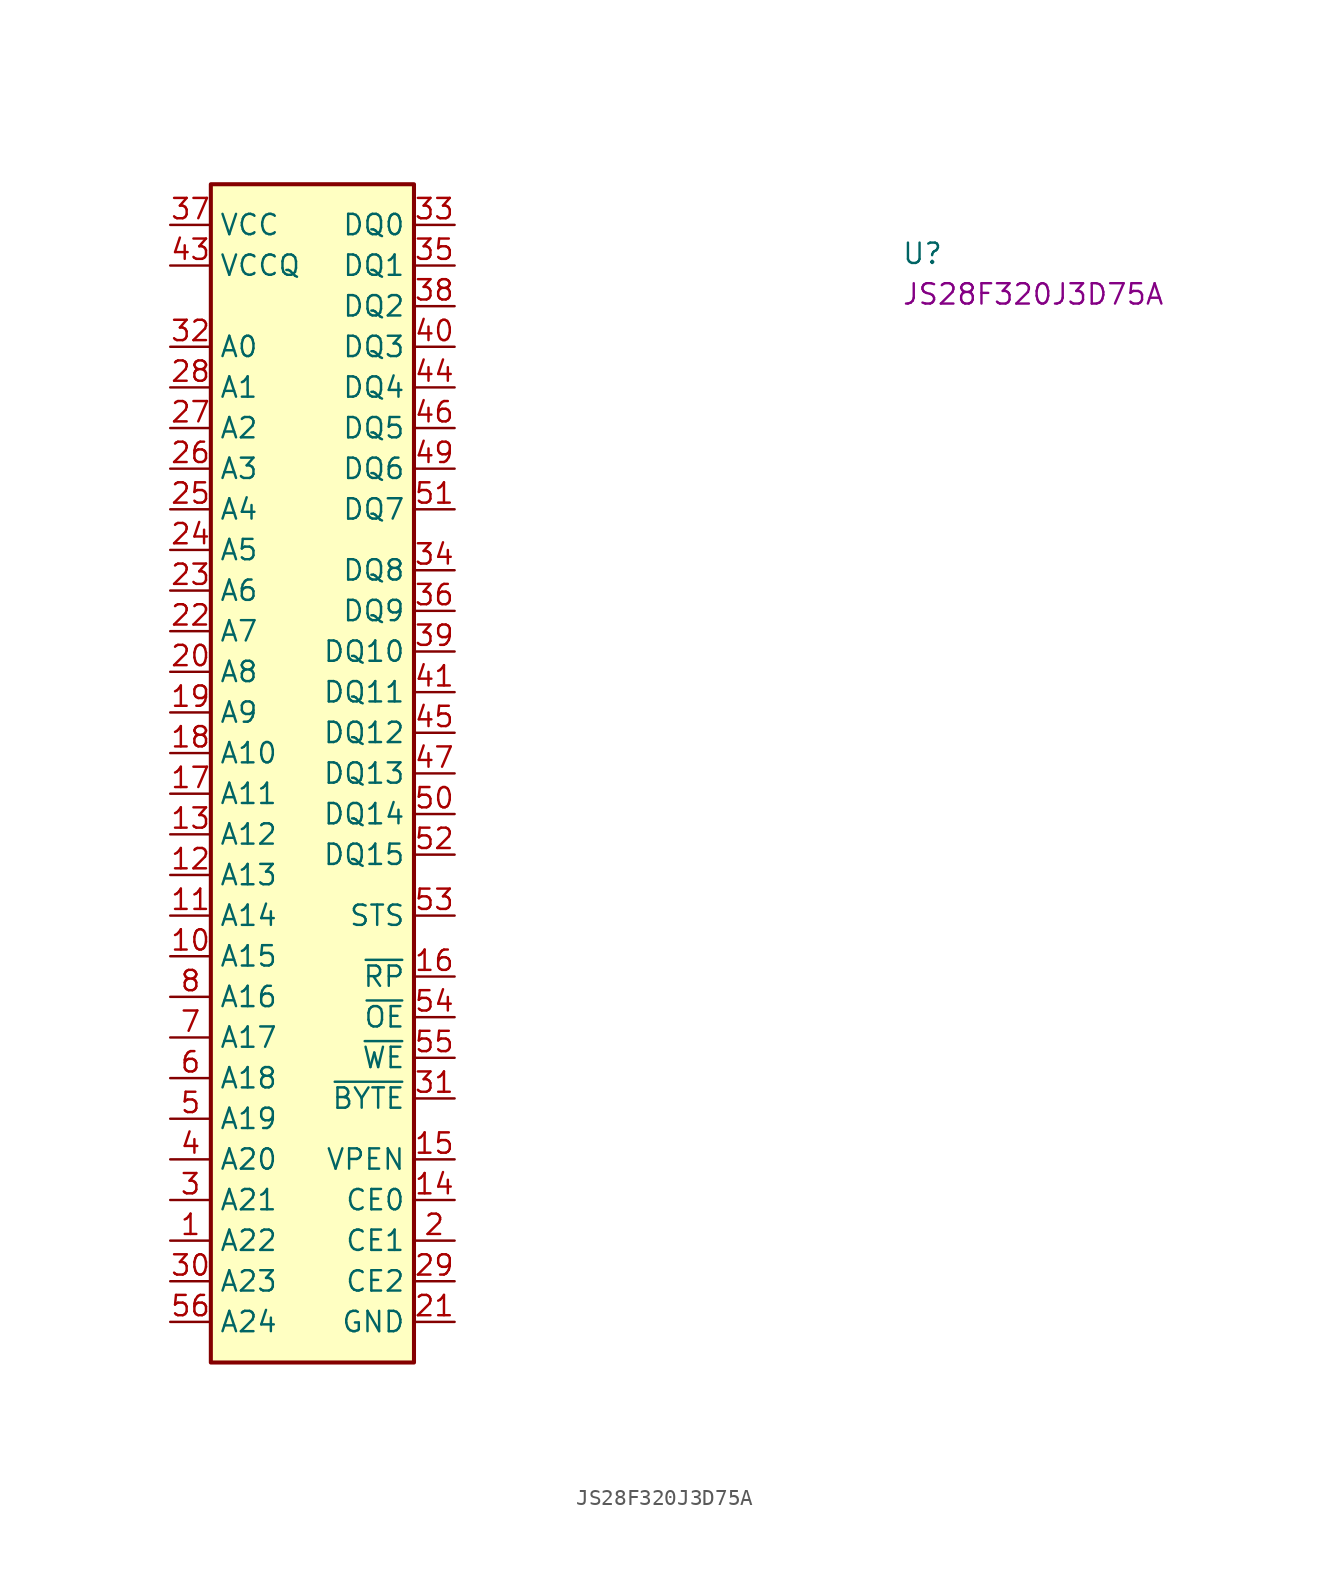
<source format=kicad_sym>
(kicad_symbol_lib
  (version 20220914)
  (generator kicad_symbol_editor)
  (symbol "JS28F320J3D75A"
    (property "Reference" "U"
      (at 45.72 -2.54 0)
      (effects (font (size 1.27 1.27) (thickness 0.15)) (justify left bottom)))
    (property "MPN" "JS28F320J3D75A"
      (at 45.72 -5.08 0)
      (effects (font (size 1.27 1.27) (thickness 0.15)) (justify left bottom)))
    (symbol "JS28F320J3D75A_1_1"
      (rectangle (start 2.54 2.54) (end 15.24 -71.12) (stroke (width 0.254) (type default)) (fill (type background)))
      (pin input line (at 0 -63.5 0) (length 2.54) (name "A22" (effects (font (size 1.27 1.27)))) (number "1" (effects (font (size 1.27 1.27)))))
      (pin input line (at 0 -45.72 0) (length 2.54) (name "A15" (effects (font (size 1.27 1.27)))) (number "10" (effects (font (size 1.27 1.27)))))
      (pin input line (at 0 -43.18 0) (length 2.54) (name "A14" (effects (font (size 1.27 1.27)))) (number "11" (effects (font (size 1.27 1.27)))))
      (pin input line (at 0 -40.64 0) (length 2.54) (name "A13" (effects (font (size 1.27 1.27)))) (number "12" (effects (font (size 1.27 1.27)))))
      (pin input line (at 0 -38.1 0) (length 2.54) (name "A12" (effects (font (size 1.27 1.27)))) (number "13" (effects (font (size 1.27 1.27)))))
      (pin input line (at 17.78 -60.96 180) (length 2.54) (name "CE0" (effects (font (size 1.27 1.27)))) (number "14" (effects (font (size 1.27 1.27)))))
      (pin input line (at 17.78 -58.42 180) (length 2.54) (name "VPEN" (effects (font (size 1.27 1.27)))) (number "15" (effects (font (size 1.27 1.27)))))
      (pin input line (at 17.78 -46.99 180) (length 2.54) (name "~{RP}" (effects (font (size 1.27 1.27)))) (number "16" (effects (font (size 1.27 1.27)))))
      (pin input line (at 0 -35.56 0) (length 2.54) (name "A11" (effects (font (size 1.27 1.27)))) (number "17" (effects (font (size 1.27 1.27)))))
      (pin input line (at 0 -33.02 0) (length 2.54) (name "A10" (effects (font (size 1.27 1.27)))) (number "18" (effects (font (size 1.27 1.27)))))
      (pin input line (at 0 -30.48 0) (length 2.54) (name "A9" (effects (font (size 1.27 1.27)))) (number "19" (effects (font (size 1.27 1.27)))))
      (pin input line (at 17.78 -63.5 180) (length 2.54) (name "CE1" (effects (font (size 1.27 1.27)))) (number "2" (effects (font (size 1.27 1.27)))))
      (pin input line (at 0 -27.94 0) (length 2.54) (name "A8" (effects (font (size 1.27 1.27)))) (number "20" (effects (font (size 1.27 1.27)))))
      (pin power_in line (at 17.78 -68.58 180) (length 2.54) (name "GND" (effects (font (size 1.27 1.27)))) (number "21" (effects (font (size 1.27 1.27)))))
      (pin input line (at 0 -25.4 0) (length 2.54) (name "A7" (effects (font (size 1.27 1.27)))) (number "22" (effects (font (size 1.27 1.27)))))
      (pin input line (at 0 -22.86 0) (length 2.54) (name "A6" (effects (font (size 1.27 1.27)))) (number "23" (effects (font (size 1.27 1.27)))))
      (pin input line (at 0 -20.32 0) (length 2.54) (name "A5" (effects (font (size 1.27 1.27)))) (number "24" (effects (font (size 1.27 1.27)))))
      (pin input line (at 0 -17.78 0) (length 2.54) (name "A4" (effects (font (size 1.27 1.27)))) (number "25" (effects (font (size 1.27 1.27)))))
      (pin input line (at 0 -15.24 0) (length 2.54) (name "A3" (effects (font (size 1.27 1.27)))) (number "26" (effects (font (size 1.27 1.27)))))
      (pin input line (at 0 -12.7 0) (length 2.54) (name "A2" (effects (font (size 1.27 1.27)))) (number "27" (effects (font (size 1.27 1.27)))))
      (pin input line (at 0 -10.16 0) (length 2.54) (name "A1" (effects (font (size 1.27 1.27)))) (number "28" (effects (font (size 1.27 1.27)))))
      (pin input line (at 17.78 -66.04 180) (length 2.54) (name "CE2" (effects (font (size 1.27 1.27)))) (number "29" (effects (font (size 1.27 1.27)))))
      (pin input line (at 0 -60.96 0) (length 2.54) (name "A21" (effects (font (size 1.27 1.27)))) (number "3" (effects (font (size 1.27 1.27)))))
      (pin input line (at 0 -66.04 0) (length 2.54) (name "A23" (effects (font (size 1.27 1.27)))) (number "30" (effects (font (size 1.27 1.27)))))
      (pin input line (at 17.78 -54.61 180) (length 2.54) (name "~{BYTE}" (effects (font (size 1.27 1.27)))) (number "31" (effects (font (size 1.27 1.27)))))
      (pin input line (at 0 -7.62 0) (length 2.54) (name "A0" (effects (font (size 1.27 1.27)))) (number "32" (effects (font (size 1.27 1.27)))))
      (pin bidirectional line (at 17.78 0 180) (length 2.54) (name "DQ0" (effects (font (size 1.27 1.27)))) (number "33" (effects (font (size 1.27 1.27)))))
      (pin bidirectional line (at 17.78 -21.59 180) (length 2.54) (name "DQ8" (effects (font (size 1.27 1.27)))) (number "34" (effects (font (size 1.27 1.27)))))
      (pin bidirectional line (at 17.78 -2.54 180) (length 2.54) (name "DQ1" (effects (font (size 1.27 1.27)))) (number "35" (effects (font (size 1.27 1.27)))))
      (pin bidirectional line (at 17.78 -24.13 180) (length 2.54) (name "DQ9" (effects (font (size 1.27 1.27)))) (number "36" (effects (font (size 1.27 1.27)))))
      (pin power_in line (at 0 0 0) (length 2.54) (name "VCC" (effects (font (size 1.27 1.27)))) (number "37" (effects (font (size 1.27 1.27)))))
      (pin bidirectional line (at 17.78 -5.08 180) (length 2.54) (name "DQ2" (effects (font (size 1.27 1.27)))) (number "38" (effects (font (size 1.27 1.27)))))
      (pin bidirectional line (at 17.78 -26.67 180) (length 2.54) (name "DQ10" (effects (font (size 1.27 1.27)))) (number "39" (effects (font (size 1.27 1.27)))))
      (pin input line (at 0 -58.42 0) (length 2.54) (name "A20" (effects (font (size 1.27 1.27)))) (number "4" (effects (font (size 1.27 1.27)))))
      (pin bidirectional line (at 17.78 -7.62 180) (length 2.54) (name "DQ3" (effects (font (size 1.27 1.27)))) (number "40" (effects (font (size 1.27 1.27)))))
      (pin bidirectional line (at 17.78 -29.21 180) (length 2.54) (name "DQ11" (effects (font (size 1.27 1.27)))) (number "41" (effects (font (size 1.27 1.27)))))
      (pin passive line (at 17.78 -68.58 180) (length 2.54) hide (name "GND" (effects (font (size 1.27 1.27)))) (number "42" (effects (font (size 1.27 1.27)))))
      (pin power_in line (at 0 -2.54 0) (length 2.54) (name "VCCQ" (effects (font (size 1.27 1.27)))) (number "43" (effects (font (size 1.27 1.27)))))
      (pin bidirectional line (at 17.78 -10.16 180) (length 2.54) (name "DQ4" (effects (font (size 1.27 1.27)))) (number "44" (effects (font (size 1.27 1.27)))))
      (pin bidirectional line (at 17.78 -31.75 180) (length 2.54) (name "DQ12" (effects (font (size 1.27 1.27)))) (number "45" (effects (font (size 1.27 1.27)))))
      (pin bidirectional line (at 17.78 -12.7 180) (length 2.54) (name "DQ5" (effects (font (size 1.27 1.27)))) (number "46" (effects (font (size 1.27 1.27)))))
      (pin bidirectional line (at 17.78 -34.29 180) (length 2.54) (name "DQ13" (effects (font (size 1.27 1.27)))) (number "47" (effects (font (size 1.27 1.27)))))
      (pin passive line (at 17.78 -68.58 180) (length 2.54) hide (name "GND" (effects (font (size 1.27 1.27)))) (number "48" (effects (font (size 1.27 1.27)))))
      (pin bidirectional line (at 17.78 -15.24 180) (length 2.54) (name "DQ6" (effects (font (size 1.27 1.27)))) (number "49" (effects (font (size 1.27 1.27)))))
      (pin input line (at 0 -55.88 0) (length 2.54) (name "A19" (effects (font (size 1.27 1.27)))) (number "5" (effects (font (size 1.27 1.27)))))
      (pin bidirectional line (at 17.78 -36.83 180) (length 2.54) (name "DQ14" (effects (font (size 1.27 1.27)))) (number "50" (effects (font (size 1.27 1.27)))))
      (pin bidirectional line (at 17.78 -17.78 180) (length 2.54) (name "DQ7" (effects (font (size 1.27 1.27)))) (number "51" (effects (font (size 1.27 1.27)))))
      (pin bidirectional line (at 17.78 -39.37 180) (length 2.54) (name "DQ15" (effects (font (size 1.27 1.27)))) (number "52" (effects (font (size 1.27 1.27)))))
      (pin output line (at 17.78 -43.18 180) (length 2.54) (name "STS" (effects (font (size 1.27 1.27)))) (number "53" (effects (font (size 1.27 1.27)))))
      (pin input line (at 17.78 -49.53 180) (length 2.54) (name "~{OE}" (effects (font (size 1.27 1.27)))) (number "54" (effects (font (size 1.27 1.27)))))
      (pin input line (at 17.78 -52.07 180) (length 2.54) (name "~{WE}" (effects (font (size 1.27 1.27)))) (number "55" (effects (font (size 1.27 1.27)))))
      (pin input line (at 0 -68.58 0) (length 2.54) (name "A24" (effects (font (size 1.27 1.27)))) (number "56" (effects (font (size 1.27 1.27)))))
      (pin input line (at 0 -53.34 0) (length 2.54) (name "A18" (effects (font (size 1.27 1.27)))) (number "6" (effects (font (size 1.27 1.27)))))
      (pin input line (at 0 -50.8 0) (length 2.54) (name "A17" (effects (font (size 1.27 1.27)))) (number "7" (effects (font (size 1.27 1.27)))))
      (pin input line (at 0 -48.26 0) (length 2.54) (name "A16" (effects (font (size 1.27 1.27)))) (number "8" (effects (font (size 1.27 1.27)))))
      (pin passive line (at 0 0 0) (length 2.54) hide (name "VCC" (effects (font (size 1.27 1.27)))) (number "9" (effects (font (size 1.27 1.27))))))))
</source>
